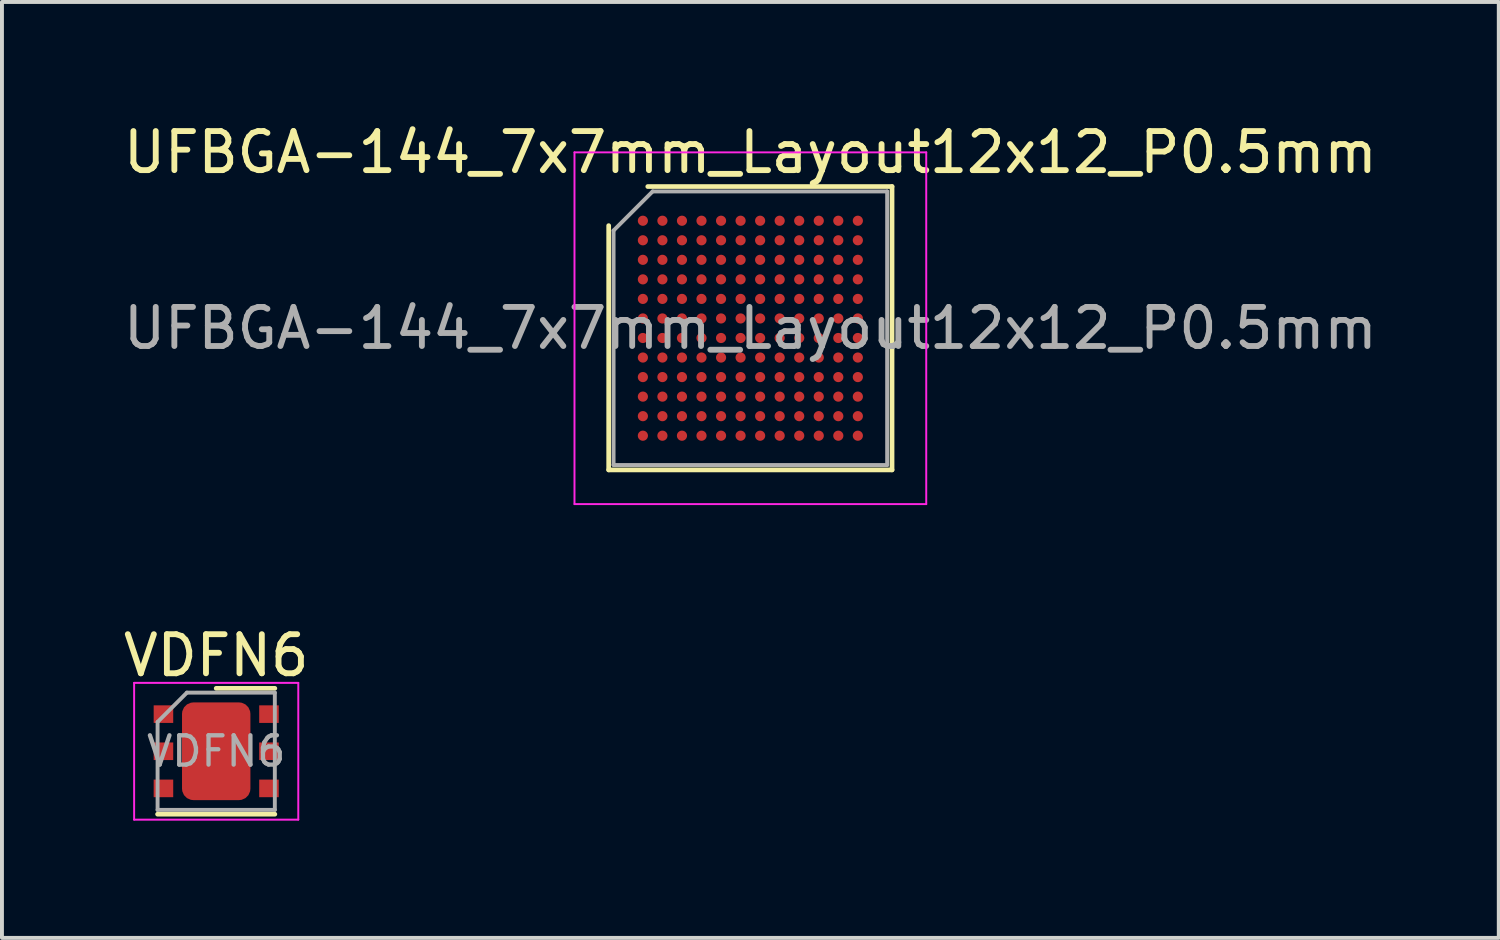
<source format=kicad_pcb>
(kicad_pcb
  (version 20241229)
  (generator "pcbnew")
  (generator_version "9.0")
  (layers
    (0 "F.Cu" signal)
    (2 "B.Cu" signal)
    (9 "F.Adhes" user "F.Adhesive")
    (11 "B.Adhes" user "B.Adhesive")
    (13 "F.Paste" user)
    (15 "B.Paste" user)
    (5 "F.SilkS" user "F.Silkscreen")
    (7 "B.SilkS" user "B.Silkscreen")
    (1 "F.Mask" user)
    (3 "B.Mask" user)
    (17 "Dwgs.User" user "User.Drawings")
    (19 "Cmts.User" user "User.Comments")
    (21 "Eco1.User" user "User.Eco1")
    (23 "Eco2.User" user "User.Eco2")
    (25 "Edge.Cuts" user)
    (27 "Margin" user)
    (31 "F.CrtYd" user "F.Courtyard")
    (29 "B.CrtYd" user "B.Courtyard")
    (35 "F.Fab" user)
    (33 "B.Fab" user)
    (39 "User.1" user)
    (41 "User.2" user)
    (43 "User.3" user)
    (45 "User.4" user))
  (footprint "UFBGA-144_7x7mm_Layout12x12_P0.5mm"
    (layer "F.Cu")
    (at 16.149 5.348)
    (property "Reference" "UFBGA-144_7x7mm_Layout12x12_P0.5mm" (at 0 -4.5 0) (layer "F.SilkS") (effects (font (size 1 1) (thickness 0.15))))
    (attr smd)
    (fp_line (start -3.625 3.625) (end -3.625 -2.625) (stroke (width 0.12) (type solid)) (layer "F.SilkS"))
    (fp_line (start -2.625 -3.625) (end 3.625 -3.625) (stroke (width 0.12) (type solid)) (layer "F.SilkS"))
    (fp_line (start 3.625 -3.625) (end 3.625 3.625) (stroke (width 0.12) (type solid)) (layer "F.SilkS"))
    (fp_line (start 3.625 3.625) (end -3.625 3.625) (stroke (width 0.12) (type solid)) (layer "F.SilkS"))
    (fp_line (start -4.5 -4.5) (end -4.5 4.5) (stroke (width 0.05) (type solid)) (layer "F.CrtYd"))
    (fp_line (start -4.5 4.5) (end 4.5 4.5) (stroke (width 0.05) (type solid)) (layer "F.CrtYd"))
    (fp_line (start 4.5 -4.5) (end -4.5 -4.5) (stroke (width 0.05) (type solid)) (layer "F.CrtYd"))
    (fp_line (start 4.5 4.5) (end 4.5 -4.5) (stroke (width 0.05) (type solid)) (layer "F.CrtYd"))
    (fp_line (start -3.5 -2.5) (end -2.5 -3.5) (stroke (width 0.1) (type solid)) (layer "F.Fab"))
    (fp_line (start -3.5 3.5) (end -3.5 -2.5) (stroke (width 0.1) (type solid)) (layer "F.Fab"))
    (fp_line (start -2.5 -3.5) (end 3.5 -3.5) (stroke (width 0.1) (type solid)) (layer "F.Fab"))
    (fp_line (start 3.5 -3.5) (end 3.5 3.5) (stroke (width 0.1) (type solid)) (layer "F.Fab"))
    (fp_line (start 3.5 3.5) (end -3.5 3.5) (stroke (width 0.1) (type solid)) (layer "F.Fab"))
    (fp_text user "${REFERENCE}" (at 0 0 0) (layer "F.Fab") (effects (font (size 1 1) (thickness 0.15))))
    (pad "A1" smd circle (at -2.75 -2.75) (size 0.26 0.26) (layers "F.Cu" "F.Mask" "F.Paste"))
    (pad "A2" smd circle (at -2.25 -2.75) (size 0.26 0.26) (layers "F.Cu" "F.Mask" "F.Paste"))
    (pad "A3" smd circle (at -1.75 -2.75) (size 0.26 0.26) (layers "F.Cu" "F.Mask" "F.Paste"))
    (pad "A4" smd circle (at -1.25 -2.75) (size 0.26 0.26) (layers "F.Cu" "F.Mask" "F.Paste"))
    (pad "A5" smd circle (at -0.75 -2.75) (size 0.26 0.26) (layers "F.Cu" "F.Mask" "F.Paste"))
    (pad "A6" smd circle (at -0.25 -2.75) (size 0.26 0.26) (layers "F.Cu" "F.Mask" "F.Paste"))
    (pad "A7" smd circle (at 0.25 -2.75) (size 0.26 0.26) (layers "F.Cu" "F.Mask" "F.Paste"))
    (pad "A8" smd circle (at 0.75 -2.75) (size 0.26 0.26) (layers "F.Cu" "F.Mask" "F.Paste"))
    (pad "A9" smd circle (at 1.25 -2.75) (size 0.26 0.26) (layers "F.Cu" "F.Mask" "F.Paste"))
    (pad "A10" smd circle (at 1.75 -2.75) (size 0.26 0.26) (layers "F.Cu" "F.Mask" "F.Paste"))
    (pad "A11" smd circle (at 2.25 -2.75) (size 0.26 0.26) (layers "F.Cu" "F.Mask" "F.Paste"))
    (pad "A12" smd circle (at 2.75 -2.75) (size 0.26 0.26) (layers "F.Cu" "F.Mask" "F.Paste"))
    (pad "B1" smd circle (at -2.75 -2.25) (size 0.26 0.26) (layers "F.Cu" "F.Mask" "F.Paste"))
    (pad "B2" smd circle (at -2.25 -2.25) (size 0.26 0.26) (layers "F.Cu" "F.Mask" "F.Paste"))
    (pad "B3" smd circle (at -1.75 -2.25) (size 0.26 0.26) (layers "F.Cu" "F.Mask" "F.Paste"))
    (pad "B4" smd circle (at -1.25 -2.25) (size 0.26 0.26) (layers "F.Cu" "F.Mask" "F.Paste"))
    (pad "B5" smd circle (at -0.75 -2.25) (size 0.26 0.26) (layers "F.Cu" "F.Mask" "F.Paste"))
    (pad "B6" smd circle (at -0.25 -2.25) (size 0.26 0.26) (layers "F.Cu" "F.Mask" "F.Paste"))
    (pad "B7" smd circle (at 0.25 -2.25) (size 0.26 0.26) (layers "F.Cu" "F.Mask" "F.Paste"))
    (pad "B8" smd circle (at 0.75 -2.25) (size 0.26 0.26) (layers "F.Cu" "F.Mask" "F.Paste"))
    (pad "B9" smd circle (at 1.25 -2.25) (size 0.26 0.26) (layers "F.Cu" "F.Mask" "F.Paste"))
    (pad "B10" smd circle (at 1.75 -2.25) (size 0.26 0.26) (layers "F.Cu" "F.Mask" "F.Paste"))
    (pad "B11" smd circle (at 2.25 -2.25) (size 0.26 0.26) (layers "F.Cu" "F.Mask" "F.Paste"))
    (pad "B12" smd circle (at 2.75 -2.25) (size 0.26 0.26) (layers "F.Cu" "F.Mask" "F.Paste"))
    (pad "C1" smd circle (at -2.75 -1.75) (size 0.26 0.26) (layers "F.Cu" "F.Mask" "F.Paste"))
    (pad "C2" smd circle (at -2.25 -1.75) (size 0.26 0.26) (layers "F.Cu" "F.Mask" "F.Paste"))
    (pad "C3" smd circle (at -1.75 -1.75) (size 0.26 0.26) (layers "F.Cu" "F.Mask" "F.Paste"))
    (pad "C4" smd circle (at -1.25 -1.75) (size 0.26 0.26) (layers "F.Cu" "F.Mask" "F.Paste"))
    (pad "C5" smd circle (at -0.75 -1.75) (size 0.26 0.26) (layers "F.Cu" "F.Mask" "F.Paste"))
    (pad "C6" smd circle (at -0.25 -1.75) (size 0.26 0.26) (layers "F.Cu" "F.Mask" "F.Paste"))
    (pad "C7" smd circle (at 0.25 -1.75) (size 0.26 0.26) (layers "F.Cu" "F.Mask" "F.Paste"))
    (pad "C8" smd circle (at 0.75 -1.75) (size 0.26 0.26) (layers "F.Cu" "F.Mask" "F.Paste"))
    (pad "C9" smd circle (at 1.25 -1.75) (size 0.26 0.26) (layers "F.Cu" "F.Mask" "F.Paste"))
    (pad "C10" smd circle (at 1.75 -1.75) (size 0.26 0.26) (layers "F.Cu" "F.Mask" "F.Paste"))
    (pad "C11" smd circle (at 2.25 -1.75) (size 0.26 0.26) (layers "F.Cu" "F.Mask" "F.Paste"))
    (pad "C12" smd circle (at 2.75 -1.75) (size 0.26 0.26) (layers "F.Cu" "F.Mask" "F.Paste"))
    (pad "D1" smd circle (at -2.75 -1.25) (size 0.26 0.26) (layers "F.Cu" "F.Mask" "F.Paste"))
    (pad "D2" smd circle (at -2.25 -1.25) (size 0.26 0.26) (layers "F.Cu" "F.Mask" "F.Paste"))
    (pad "D3" smd circle (at -1.75 -1.25) (size 0.26 0.26) (layers "F.Cu" "F.Mask" "F.Paste"))
    (pad "D4" smd circle (at -1.25 -1.25) (size 0.26 0.26) (layers "F.Cu" "F.Mask" "F.Paste"))
    (pad "D5" smd circle (at -0.75 -1.25) (size 0.26 0.26) (layers "F.Cu" "F.Mask" "F.Paste"))
    (pad "D6" smd circle (at -0.25 -1.25) (size 0.26 0.26) (layers "F.Cu" "F.Mask" "F.Paste"))
    (pad "D7" smd circle (at 0.25 -1.25) (size 0.26 0.26) (layers "F.Cu" "F.Mask" "F.Paste"))
    (pad "D8" smd circle (at 0.75 -1.25) (size 0.26 0.26) (layers "F.Cu" "F.Mask" "F.Paste"))
    (pad "D9" smd circle (at 1.25 -1.25) (size 0.26 0.26) (layers "F.Cu" "F.Mask" "F.Paste"))
    (pad "D10" smd circle (at 1.75 -1.25) (size 0.26 0.26) (layers "F.Cu" "F.Mask" "F.Paste"))
    (pad "D11" smd circle (at 2.25 -1.25) (size 0.26 0.26) (layers "F.Cu" "F.Mask" "F.Paste"))
    (pad "D12" smd circle (at 2.75 -1.25) (size 0.26 0.26) (layers "F.Cu" "F.Mask" "F.Paste"))
    (pad "E1" smd circle (at -2.75 -0.75) (size 0.26 0.26) (layers "F.Cu" "F.Mask" "F.Paste"))
    (pad "E2" smd circle (at -2.25 -0.75) (size 0.26 0.26) (layers "F.Cu" "F.Mask" "F.Paste"))
    (pad "E3" smd circle (at -1.75 -0.75) (size 0.26 0.26) (layers "F.Cu" "F.Mask" "F.Paste"))
    (pad "E4" smd circle (at -1.25 -0.75) (size 0.26 0.26) (layers "F.Cu" "F.Mask" "F.Paste"))
    (pad "E5" smd circle (at -0.75 -0.75) (size 0.26 0.26) (layers "F.Cu" "F.Mask" "F.Paste"))
    (pad "E6" smd circle (at -0.25 -0.75) (size 0.26 0.26) (layers "F.Cu" "F.Mask" "F.Paste"))
    (pad "E7" smd circle (at 0.25 -0.75) (size 0.26 0.26) (layers "F.Cu" "F.Mask" "F.Paste"))
    (pad "E8" smd circle (at 0.75 -0.75) (size 0.26 0.26) (layers "F.Cu" "F.Mask" "F.Paste"))
    (pad "E9" smd circle (at 1.25 -0.75) (size 0.26 0.26) (layers "F.Cu" "F.Mask" "F.Paste"))
    (pad "E10" smd circle (at 1.75 -0.75) (size 0.26 0.26) (layers "F.Cu" "F.Mask" "F.Paste"))
    (pad "E11" smd circle (at 2.25 -0.75) (size 0.26 0.26) (layers "F.Cu" "F.Mask" "F.Paste"))
    (pad "E12" smd circle (at 2.75 -0.75) (size 0.26 0.26) (layers "F.Cu" "F.Mask" "F.Paste"))
    (pad "F1" smd circle (at -2.75 -0.25) (size 0.26 0.26) (layers "F.Cu" "F.Mask" "F.Paste"))
    (pad "F2" smd circle (at -2.25 -0.25) (size 0.26 0.26) (layers "F.Cu" "F.Mask" "F.Paste"))
    (pad "F3" smd circle (at -1.75 -0.25) (size 0.26 0.26) (layers "F.Cu" "F.Mask" "F.Paste"))
    (pad "F4" smd circle (at -1.25 -0.25) (size 0.26 0.26) (layers "F.Cu" "F.Mask" "F.Paste"))
    (pad "F5" smd circle (at -0.75 -0.25) (size 0.26 0.26) (layers "F.Cu" "F.Mask" "F.Paste"))
    (pad "F6" smd circle (at -0.25 -0.25) (size 0.26 0.26) (layers "F.Cu" "F.Mask" "F.Paste"))
    (pad "F7" smd circle (at 0.25 -0.25) (size 0.26 0.26) (layers "F.Cu" "F.Mask" "F.Paste"))
    (pad "F8" smd circle (at 0.75 -0.25) (size 0.26 0.26) (layers "F.Cu" "F.Mask" "F.Paste"))
    (pad "F9" smd circle (at 1.25 -0.25) (size 0.26 0.26) (layers "F.Cu" "F.Mask" "F.Paste"))
    (pad "F10" smd circle (at 1.75 -0.25) (size 0.26 0.26) (layers "F.Cu" "F.Mask" "F.Paste"))
    (pad "F11" smd circle (at 2.25 -0.25) (size 0.26 0.26) (layers "F.Cu" "F.Mask" "F.Paste"))
    (pad "F12" smd circle (at 2.75 -0.25) (size 0.26 0.26) (layers "F.Cu" "F.Mask" "F.Paste"))
    (pad "G1" smd circle (at -2.75 0.25) (size 0.26 0.26) (layers "F.Cu" "F.Mask" "F.Paste"))
    (pad "G2" smd circle (at -2.25 0.25) (size 0.26 0.26) (layers "F.Cu" "F.Mask" "F.Paste"))
    (pad "G3" smd circle (at -1.75 0.25) (size 0.26 0.26) (layers "F.Cu" "F.Mask" "F.Paste"))
    (pad "G4" smd circle (at -1.25 0.25) (size 0.26 0.26) (layers "F.Cu" "F.Mask" "F.Paste"))
    (pad "G5" smd circle (at -0.75 0.25) (size 0.26 0.26) (layers "F.Cu" "F.Mask" "F.Paste"))
    (pad "G6" smd circle (at -0.25 0.25) (size 0.26 0.26) (layers "F.Cu" "F.Mask" "F.Paste"))
    (pad "G7" smd circle (at 0.25 0.25) (size 0.26 0.26) (layers "F.Cu" "F.Mask" "F.Paste"))
    (pad "G8" smd circle (at 0.75 0.25) (size 0.26 0.26) (layers "F.Cu" "F.Mask" "F.Paste"))
    (pad "G9" smd circle (at 1.25 0.25) (size 0.26 0.26) (layers "F.Cu" "F.Mask" "F.Paste"))
    (pad "G10" smd circle (at 1.75 0.25) (size 0.26 0.26) (layers "F.Cu" "F.Mask" "F.Paste"))
    (pad "G11" smd circle (at 2.25 0.25) (size 0.26 0.26) (layers "F.Cu" "F.Mask" "F.Paste"))
    (pad "G12" smd circle (at 2.75 0.25) (size 0.26 0.26) (layers "F.Cu" "F.Mask" "F.Paste"))
    (pad "H1" smd circle (at -2.75 0.75) (size 0.26 0.26) (layers "F.Cu" "F.Mask" "F.Paste"))
    (pad "H2" smd circle (at -2.25 0.75) (size 0.26 0.26) (layers "F.Cu" "F.Mask" "F.Paste"))
    (pad "H3" smd circle (at -1.75 0.75) (size 0.26 0.26) (layers "F.Cu" "F.Mask" "F.Paste"))
    (pad "H4" smd circle (at -1.25 0.75) (size 0.26 0.26) (layers "F.Cu" "F.Mask" "F.Paste"))
    (pad "H5" smd circle (at -0.75 0.75) (size 0.26 0.26) (layers "F.Cu" "F.Mask" "F.Paste"))
    (pad "H6" smd circle (at -0.25 0.75) (size 0.26 0.26) (layers "F.Cu" "F.Mask" "F.Paste"))
    (pad "H7" smd circle (at 0.25 0.75) (size 0.26 0.26) (layers "F.Cu" "F.Mask" "F.Paste"))
    (pad "H8" smd circle (at 0.75 0.75) (size 0.26 0.26) (layers "F.Cu" "F.Mask" "F.Paste"))
    (pad "H9" smd circle (at 1.25 0.75) (size 0.26 0.26) (layers "F.Cu" "F.Mask" "F.Paste"))
    (pad "H10" smd circle (at 1.75 0.75) (size 0.26 0.26) (layers "F.Cu" "F.Mask" "F.Paste"))
    (pad "H11" smd circle (at 2.25 0.75) (size 0.26 0.26) (layers "F.Cu" "F.Mask" "F.Paste"))
    (pad "H12" smd circle (at 2.75 0.75) (size 0.26 0.26) (layers "F.Cu" "F.Mask" "F.Paste"))
    (pad "J1" smd circle (at -2.75 1.25) (size 0.26 0.26) (layers "F.Cu" "F.Mask" "F.Paste"))
    (pad "J2" smd circle (at -2.25 1.25) (size 0.26 0.26) (layers "F.Cu" "F.Mask" "F.Paste"))
    (pad "J3" smd circle (at -1.75 1.25) (size 0.26 0.26) (layers "F.Cu" "F.Mask" "F.Paste"))
    (pad "J4" smd circle (at -1.25 1.25) (size 0.26 0.26) (layers "F.Cu" "F.Mask" "F.Paste"))
    (pad "J5" smd circle (at -0.75 1.25) (size 0.26 0.26) (layers "F.Cu" "F.Mask" "F.Paste"))
    (pad "J6" smd circle (at -0.25 1.25) (size 0.26 0.26) (layers "F.Cu" "F.Mask" "F.Paste"))
    (pad "J7" smd circle (at 0.25 1.25) (size 0.26 0.26) (layers "F.Cu" "F.Mask" "F.Paste"))
    (pad "J8" smd circle (at 0.75 1.25) (size 0.26 0.26) (layers "F.Cu" "F.Mask" "F.Paste"))
    (pad "J9" smd circle (at 1.25 1.25) (size 0.26 0.26) (layers "F.Cu" "F.Mask" "F.Paste"))
    (pad "J10" smd circle (at 1.75 1.25) (size 0.26 0.26) (layers "F.Cu" "F.Mask" "F.Paste"))
    (pad "J11" smd circle (at 2.25 1.25) (size 0.26 0.26) (layers "F.Cu" "F.Mask" "F.Paste"))
    (pad "J12" smd circle (at 2.75 1.25) (size 0.26 0.26) (layers "F.Cu" "F.Mask" "F.Paste"))
    (pad "K1" smd circle (at -2.75 1.75) (size 0.26 0.26) (layers "F.Cu" "F.Mask" "F.Paste"))
    (pad "K2" smd circle (at -2.25 1.75) (size 0.26 0.26) (layers "F.Cu" "F.Mask" "F.Paste"))
    (pad "K3" smd circle (at -1.75 1.75) (size 0.26 0.26) (layers "F.Cu" "F.Mask" "F.Paste"))
    (pad "K4" smd circle (at -1.25 1.75) (size 0.26 0.26) (layers "F.Cu" "F.Mask" "F.Paste"))
    (pad "K5" smd circle (at -0.75 1.75) (size 0.26 0.26) (layers "F.Cu" "F.Mask" "F.Paste"))
    (pad "K6" smd circle (at -0.25 1.75) (size 0.26 0.26) (layers "F.Cu" "F.Mask" "F.Paste"))
    (pad "K7" smd circle (at 0.25 1.75) (size 0.26 0.26) (layers "F.Cu" "F.Mask" "F.Paste"))
    (pad "K8" smd circle (at 0.75 1.75) (size 0.26 0.26) (layers "F.Cu" "F.Mask" "F.Paste"))
    (pad "K9" smd circle (at 1.25 1.75) (size 0.26 0.26) (layers "F.Cu" "F.Mask" "F.Paste"))
    (pad "K10" smd circle (at 1.75 1.75) (size 0.26 0.26) (layers "F.Cu" "F.Mask" "F.Paste"))
    (pad "K11" smd circle (at 2.25 1.75) (size 0.26 0.26) (layers "F.Cu" "F.Mask" "F.Paste"))
    (pad "K12" smd circle (at 2.75 1.75) (size 0.26 0.26) (layers "F.Cu" "F.Mask" "F.Paste"))
    (pad "L1" smd circle (at -2.75 2.25) (size 0.26 0.26) (layers "F.Cu" "F.Mask" "F.Paste"))
    (pad "L2" smd circle (at -2.25 2.25) (size 0.26 0.26) (layers "F.Cu" "F.Mask" "F.Paste"))
    (pad "L3" smd circle (at -1.75 2.25) (size 0.26 0.26) (layers "F.Cu" "F.Mask" "F.Paste"))
    (pad "L4" smd circle (at -1.25 2.25) (size 0.26 0.26) (layers "F.Cu" "F.Mask" "F.Paste"))
    (pad "L5" smd circle (at -0.75 2.25) (size 0.26 0.26) (layers "F.Cu" "F.Mask" "F.Paste"))
    (pad "L6" smd circle (at -0.25 2.25) (size 0.26 0.26) (layers "F.Cu" "F.Mask" "F.Paste"))
    (pad "L7" smd circle (at 0.25 2.25) (size 0.26 0.26) (layers "F.Cu" "F.Mask" "F.Paste"))
    (pad "L8" smd circle (at 0.75 2.25) (size 0.26 0.26) (layers "F.Cu" "F.Mask" "F.Paste"))
    (pad "L9" smd circle (at 1.25 2.25) (size 0.26 0.26) (layers "F.Cu" "F.Mask" "F.Paste"))
    (pad "L10" smd circle (at 1.75 2.25) (size 0.26 0.26) (layers "F.Cu" "F.Mask" "F.Paste"))
    (pad "L11" smd circle (at 2.25 2.25) (size 0.26 0.26) (layers "F.Cu" "F.Mask" "F.Paste"))
    (pad "L12" smd circle (at 2.75 2.25) (size 0.26 0.26) (layers "F.Cu" "F.Mask" "F.Paste"))
    (pad "M1" smd circle (at -2.75 2.75) (size 0.26 0.26) (layers "F.Cu" "F.Mask" "F.Paste"))
    (pad "M2" smd circle (at -2.25 2.75) (size 0.26 0.26) (layers "F.Cu" "F.Mask" "F.Paste"))
    (pad "M3" smd circle (at -1.75 2.75) (size 0.26 0.26) (layers "F.Cu" "F.Mask" "F.Paste"))
    (pad "M4" smd circle (at -1.25 2.75) (size 0.26 0.26) (layers "F.Cu" "F.Mask" "F.Paste"))
    (pad "M5" smd circle (at -0.75 2.75) (size 0.26 0.26) (layers "F.Cu" "F.Mask" "F.Paste"))
    (pad "M6" smd circle (at -0.25 2.75) (size 0.26 0.26) (layers "F.Cu" "F.Mask" "F.Paste"))
    (pad "M7" smd circle (at 0.25 2.75) (size 0.26 0.26) (layers "F.Cu" "F.Mask" "F.Paste"))
    (pad "M8" smd circle (at 0.75 2.75) (size 0.26 0.26) (layers "F.Cu" "F.Mask" "F.Paste"))
    (pad "M9" smd circle (at 1.25 2.75) (size 0.26 0.26) (layers "F.Cu" "F.Mask" "F.Paste"))
    (pad "M10" smd circle (at 1.75 2.75) (size 0.26 0.26) (layers "F.Cu" "F.Mask" "F.Paste"))
    (pad "M11" smd circle (at 2.25 2.75) (size 0.26 0.26) (layers "F.Cu" "F.Mask" "F.Paste"))
    (pad "M12" smd circle (at 2.75 2.75) (size 0.26 0.26) (layers "F.Cu" "F.Mask" "F.Paste")))
  (footprint "VDFN6"
    (layer "F.Cu")
    (at 2.482 16.172)
    (property "Reference" "VDFN6" (at 0 -2.45 0) (layer "F.SilkS") (effects (font (size 1 1) (thickness 0.15))))
    (attr smd)
    (fp_line (start -1.5 1.61) (end 1.5 1.61) (stroke (width 0.12) (type solid)) (layer "F.SilkS"))
    (fp_line (start 0 -1.61) (end 1.5 -1.61) (stroke (width 0.12) (type solid)) (layer "F.SilkS"))
    (fp_line (start -2.1 -1.75) (end -2.1 1.75) (stroke (width 0.05) (type solid)) (layer "F.CrtYd"))
    (fp_line (start -2.1 1.75) (end 2.1 1.75) (stroke (width 0.05) (type solid)) (layer "F.CrtYd"))
    (fp_line (start 2.1 -1.75) (end -2.1 -1.75) (stroke (width 0.05) (type solid)) (layer "F.CrtYd"))
    (fp_line (start 2.1 1.75) (end 2.1 -1.75) (stroke (width 0.05) (type solid)) (layer "F.CrtYd"))
    (fp_line (start -1.5 -0.75) (end -0.75 -1.5) (stroke (width 0.1) (type solid)) (layer "F.Fab"))
    (fp_line (start -1.5 1.5) (end -1.5 -0.75) (stroke (width 0.1) (type solid)) (layer "F.Fab"))
    (fp_line (start -0.75 -1.5) (end 1.5 -1.5) (stroke (width 0.1) (type solid)) (layer "F.Fab"))
    (fp_line (start 1.5 -1.5) (end 1.5 1.5) (stroke (width 0.1) (type solid)) (layer "F.Fab"))
    (fp_line (start 1.5 1.5) (end -1.5 1.5) (stroke (width 0.1) (type solid)) (layer "F.Fab"))
    (fp_text user "${REFERENCE}" (at 0 0 0) (layer "F.Fab") (effects (font (size 0.75 0.75) (thickness 0.11))))
    (pad "" smd roundrect (at -0.375 -0.6) (size 0.6 0.97) (layers "F.Paste") (roundrect_rratio 0.25))
    (pad "" smd roundrect (at -0.375 0.6) (size 0.6 0.97) (layers "F.Paste") (roundrect_rratio 0.25))
    (pad "" smd roundrect (at 0.375 -0.6) (size 0.6 0.97) (layers "F.Paste") (roundrect_rratio 0.25))
    (pad "" smd roundrect (at 0.375 0.6) (size 0.6 0.97) (layers "F.Paste") (roundrect_rratio 0.25))
    (pad "1" smd rect (at -1.35 -0.95) (size 0.5 0.45) (layers "F.Cu" "F.Mask" "F.Paste"))
    (pad "2" smd rect (at -1.35 0) (size 0.5 0.45) (layers "F.Cu" "F.Mask" "F.Paste"))
    (pad "3" smd rect (at -1.35 0.95) (size 0.5 0.45) (layers "F.Cu" "F.Mask" "F.Paste"))
    (pad "4" smd rect (at 1.35 0.95) (size 0.5 0.45) (layers "F.Cu" "F.Mask" "F.Paste"))
    (pad "5" smd rect (at 1.35 0) (size 0.5 0.45) (layers "F.Cu" "F.Mask" "F.Paste"))
    (pad "6" smd rect (at 1.35 -0.95) (size 0.5 0.45) (layers "F.Cu" "F.Mask" "F.Paste"))
    (pad "7" smd roundrect (at 0 0) (size 1.75 2.5) (layers "F.Cu" "F.Mask") (roundrect_rratio 0.167)))
  (gr_rect
    (start -3 -3)
    (end 35.298 20.947)
    (stroke (width 0.1) (type default))
    (fill no)
    (layer "Edge.Cuts")))
</source>
